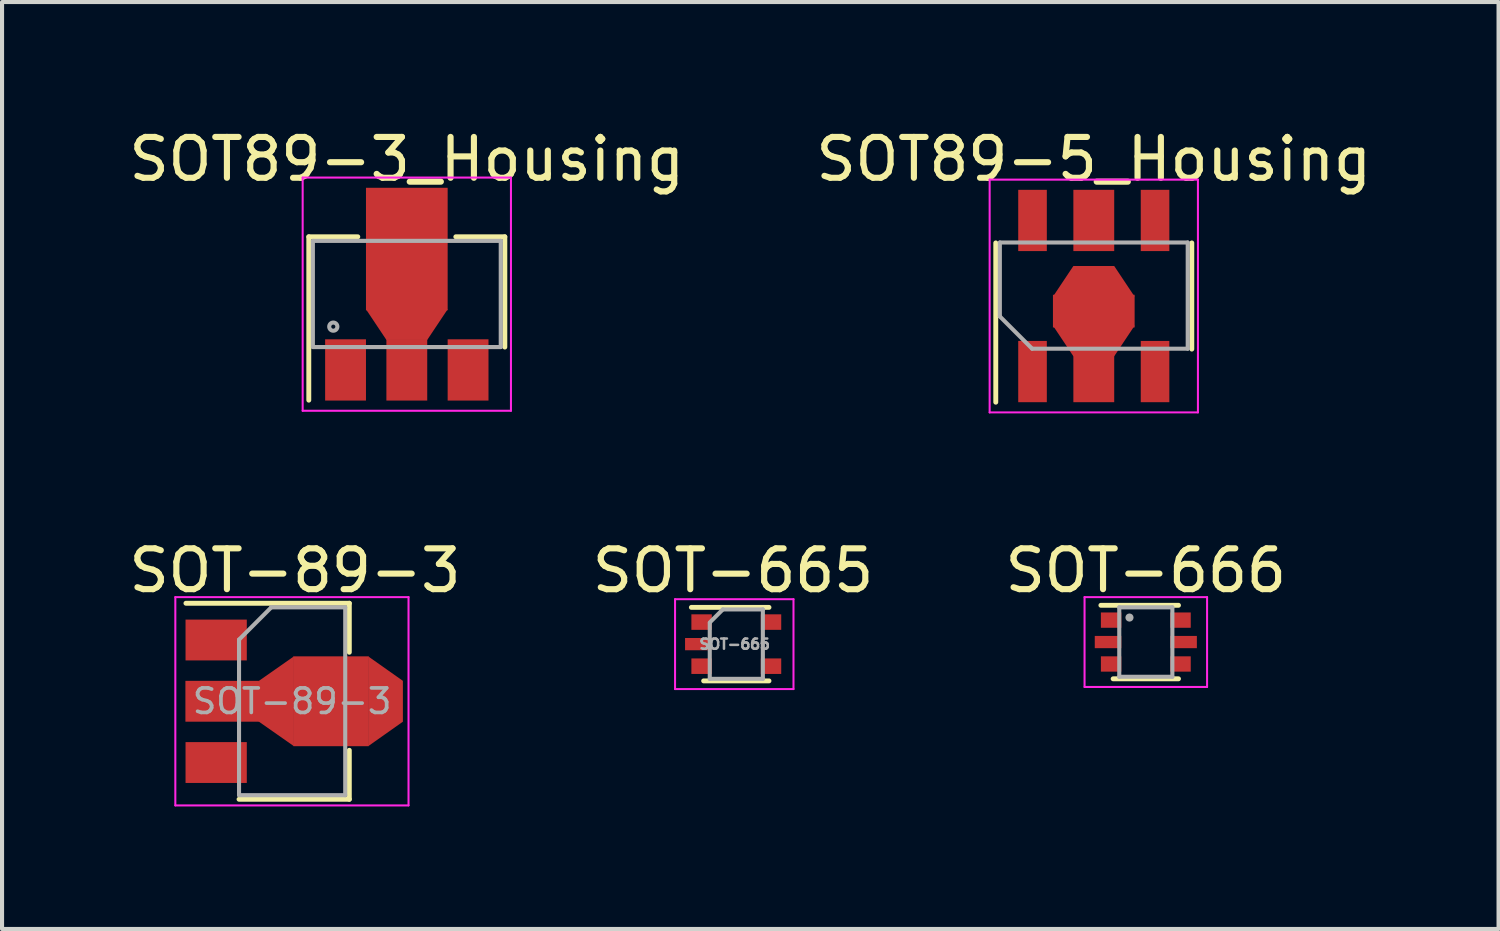
<source format=kicad_pcb>
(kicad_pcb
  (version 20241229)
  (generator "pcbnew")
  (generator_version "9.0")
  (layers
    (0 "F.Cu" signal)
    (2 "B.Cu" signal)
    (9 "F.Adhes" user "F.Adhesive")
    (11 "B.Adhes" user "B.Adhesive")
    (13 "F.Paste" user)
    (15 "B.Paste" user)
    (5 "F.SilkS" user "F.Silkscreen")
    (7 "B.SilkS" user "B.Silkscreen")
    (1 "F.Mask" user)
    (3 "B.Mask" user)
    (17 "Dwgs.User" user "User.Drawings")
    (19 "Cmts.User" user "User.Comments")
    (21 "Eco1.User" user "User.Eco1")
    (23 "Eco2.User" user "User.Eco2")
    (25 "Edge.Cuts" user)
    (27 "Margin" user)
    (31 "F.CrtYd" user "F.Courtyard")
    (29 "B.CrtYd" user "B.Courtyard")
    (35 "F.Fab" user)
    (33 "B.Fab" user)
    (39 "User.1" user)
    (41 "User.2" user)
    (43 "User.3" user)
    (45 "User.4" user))
  (footprint "SOT-665"
    (layer "F.Cu")
    (at 14.899 12.722)
    (property "Reference" "SOT-665" (at 0 -1.8 0) (layer "F.SilkS") (effects (font (size 1 1) (thickness 0.15))))
    (attr smd)
    (fp_line (start -0.72 0.9) (end 0.88 0.9) (stroke (width 0.12) (type solid)) (layer "F.SilkS"))
    (fp_line (start 0.88 -0.9) (end -1.02 -0.9) (stroke (width 0.12) (type solid)) (layer "F.SilkS"))
    (fp_line (start -1.42 -1.1) (end -1.42 1.1) (stroke (width 0.05) (type solid)) (layer "F.CrtYd"))
    (fp_line (start -1.42 -1.1) (end 1.48 -1.1) (stroke (width 0.05) (type solid)) (layer "F.CrtYd"))
    (fp_line (start -1.42 1.1) (end 1.48 1.1) (stroke (width 0.05) (type solid)) (layer "F.CrtYd"))
    (fp_line (start 1.48 1.1) (end 1.48 -1.1) (stroke (width 0.05) (type solid)) (layer "F.CrtYd"))
    (fp_line (start -0.57 -0.53) (end -0.25 -0.85) (stroke (width 0.1) (type solid)) (layer "F.Fab"))
    (fp_line (start -0.57 -0.51) (end -0.57 0.85) (stroke (width 0.1) (type solid)) (layer "F.Fab"))
    (fp_line (start 0.73 -0.85) (end -0.25 -0.85) (stroke (width 0.1) (type solid)) (layer "F.Fab"))
    (fp_line (start 0.73 -0.85) (end 0.73 0.85) (stroke (width 0.1) (type solid)) (layer "F.Fab"))
    (fp_line (start 0.73 0.85) (end -0.57 0.85) (stroke (width 0.1) (type solid)) (layer "F.Fab"))
    (fp_text user "${REFERENCE}" (at 0.04 0 0) (layer "F.Fab") (effects (font (size 0.25 0.25) (thickness 0.062))))
    (pad "1" smd rect (at -0.77 -0.54) (size 0.5 0.38) (layers "F.Cu" "F.Mask" "F.Paste"))
    (pad "2" smd rect (at -0.85 0) (size 0.65 0.3) (layers "F.Cu" "F.Mask" "F.Paste"))
    (pad "3" smd rect (at -0.77 0.54) (size 0.5 0.38) (layers "F.Cu" "F.Mask" "F.Paste"))
    (pad "4" smd rect (at 0.93 0.54) (size 0.5 0.38) (layers "F.Cu" "F.Mask" "F.Paste"))
    (pad "5" smd rect (at 0.93 -0.54) (size 0.5 0.38) (layers "F.Cu" "F.Mask" "F.Paste")))
  (footprint "SOT89-3_Housing"
    (layer "F.Cu")
    (at 6.911 4.528)
    (property "Reference" "SOT89-3_Housing" (at 0 -3.68 0) (layer "F.SilkS") (effects (font (size 1 1) (thickness 0.15))))
    (attr smd)
    (fp_line (start -2.4 -1.78) (end -1.2 -1.78) (stroke (width 0.12) (type solid)) (layer "F.SilkS"))
    (fp_line (start -2.4 2.22) (end -2.4 -1.78) (stroke (width 0.12) (type solid)) (layer "F.SilkS"))
    (fp_line (start 1.2 -1.78) (end 2.4 -1.78) (stroke (width 0.12) (type solid)) (layer "F.SilkS"))
    (fp_line (start 2.4 -1.78) (end 2.4 0.92) (stroke (width 0.12) (type solid)) (layer "F.SilkS"))
    (fp_line (start -2.55 -3.23) (end -2.55 2.48) (stroke (width 0.05) (type solid)) (layer "F.CrtYd"))
    (fp_line (start -2.55 -3.23) (end 2.55 -3.23) (stroke (width 0.05) (type solid)) (layer "F.CrtYd"))
    (fp_line (start 2.55 2.48) (end -2.55 2.48) (stroke (width 0.05) (type solid)) (layer "F.CrtYd"))
    (fp_line (start 2.55 2.48) (end 2.55 -3.23) (stroke (width 0.05) (type solid)) (layer "F.CrtYd"))
    (fp_line (start -2.3 -1.68) (end 2.3 -1.68) (stroke (width 0.1) (type solid)) (layer "F.Fab"))
    (fp_line (start -2.3 0.92) (end -2.3 -1.68) (stroke (width 0.1) (type solid)) (layer "F.Fab"))
    (fp_line (start 2.3 -1.68) (end 2.3 0.92) (stroke (width 0.1) (type solid)) (layer "F.Fab"))
    (fp_line (start 2.3 0.92) (end -2.3 0.92) (stroke (width 0.1) (type solid)) (layer "F.Fab"))
    (fp_circle (center -1.8 0.42) (end -1.8 0.52) (stroke (width 0.1) (type solid)) (fill no) (layer "F.Fab"))
    (pad "1" smd rect (at -1.5 1.48) (size 1 1.5) (layers "F.Cu" "F.Mask" "F.Paste"))
    (pad "2" smd rect (at 0 -1.48) (size 2 3) (layers "F.Cu" "F.Mask" "F.Paste"))
    (pad "2" smd trapezoid (at 0 0.37 180) (size 1.5 0.75) (rect_delta 0 0.5) (layers "F.Cu" "F.Mask" "F.Paste"))
    (pad "2" smd rect (at 0 1.48) (size 1 1.5) (layers "F.Cu" "F.Mask" "F.Paste"))
    (pad "3" smd rect (at 1.5 1.48) (size 1 1.5) (layers "F.Cu" "F.Mask" "F.Paste")))
  (footprint "SOT-89-3"
    (layer "F.Cu")
    (at 3.723 14.121)
    (property "Reference" "SOT-89-3" (at 0.45 -3.2 0) (layer "F.SilkS") (effects (font (size 1 1) (thickness 0.15))))
    (attr smd)
    (fp_line (start -2.22 -2.4) (end 1.78 -2.4) (stroke (width 0.12) (type solid)) (layer "F.SilkS"))
    (fp_line (start 1.78 -2.4) (end 1.78 -1.2) (stroke (width 0.12) (type solid)) (layer "F.SilkS"))
    (fp_line (start 1.78 1.2) (end 1.78 2.4) (stroke (width 0.12) (type solid)) (layer "F.SilkS"))
    (fp_line (start 1.78 2.4) (end -0.92 2.4) (stroke (width 0.12) (type solid)) (layer "F.SilkS"))
    (fp_line (start -2.48 2.55) (end -2.48 -2.55) (stroke (width 0.05) (type solid)) (layer "F.CrtYd"))
    (fp_line (start -2.48 2.55) (end 3.23 2.55) (stroke (width 0.05) (type solid)) (layer "F.CrtYd"))
    (fp_line (start 3.23 -2.55) (end -2.48 -2.55) (stroke (width 0.05) (type solid)) (layer "F.CrtYd"))
    (fp_line (start 3.23 -2.55) (end 3.23 2.55) (stroke (width 0.05) (type solid)) (layer "F.CrtYd"))
    (fp_line (start -0.92 -1.51) (end -0.13 -2.3) (stroke (width 0.1) (type solid)) (layer "F.Fab"))
    (fp_line (start -0.92 2.3) (end -0.92 -1.51) (stroke (width 0.1) (type solid)) (layer "F.Fab"))
    (fp_line (start -0.13 -2.3) (end 1.68 -2.3) (stroke (width 0.1) (type solid)) (layer "F.Fab"))
    (fp_line (start 1.68 -2.3) (end 1.68 2.3) (stroke (width 0.1) (type solid)) (layer "F.Fab"))
    (fp_line (start 1.68 2.3) (end -0.92 2.3) (stroke (width 0.1) (type solid)) (layer "F.Fab"))
    (fp_text user "${REFERENCE}" (at 0.38 0 0) (layer "F.Fab") (effects (font (size 0.6 0.6) (thickness 0.09))))
    (pad "1" smd rect (at -1.48 -1.5 270) (size 1 1.5) (layers "F.Cu" "F.Mask" "F.Paste"))
    (pad "2" smd rect (at -1.333 0 270) (size 1 1.8) (layers "F.Cu" "F.Mask" "F.Paste"))
    (pad "2" smd trapezoid (at -0.076 0 90) (size 1.5 1) (rect_delta 0 0.7) (layers "F.Cu" "F.Mask" "F.Paste"))
    (pad "2" smd rect (at 1.333 0 270) (size 2.2 1.84) (layers "F.Cu" "F.Mask" "F.Paste"))
    (pad "2" smd trapezoid (at 2.667 0 270) (size 1.6 0.85) (rect_delta 0 0.6) (layers "F.Cu" "F.Mask" "F.Paste"))
    (pad "3" smd rect (at -1.48 1.5 270) (size 1 1.5) (layers "F.Cu" "F.Mask" "F.Paste")))
  (footprint "SOT89-5_Housing"
    (layer "F.Cu")
    (at 23.732 4.198)
    (property "Reference" "SOT89-5_Housing" (at 0 -3.35 0) (layer "F.SilkS") (effects (font (size 1 1) (thickness 0.15))))
    (attr smd)
    (fp_line (start -2.4 2.6) (end -2.4 -1.3) (stroke (width 0.12) (type solid)) (layer "F.SilkS"))
    (fp_line (start 2.4 -1.3) (end 2.4 1.3) (stroke (width 0.12) (type solid)) (layer "F.SilkS"))
    (fp_line (start -2.55 -2.85) (end -2.55 2.85) (stroke (width 0.05) (type solid)) (layer "F.CrtYd"))
    (fp_line (start -2.55 -2.85) (end 2.55 -2.85) (stroke (width 0.05) (type solid)) (layer "F.CrtYd"))
    (fp_line (start 2.55 2.85) (end -2.55 2.85) (stroke (width 0.05) (type solid)) (layer "F.CrtYd"))
    (fp_line (start 2.55 2.85) (end 2.55 -2.85) (stroke (width 0.05) (type solid)) (layer "F.CrtYd"))
    (fp_line (start -2.3 -1.31) (end 2.3 -1.31) (stroke (width 0.1) (type solid)) (layer "F.Fab"))
    (fp_line (start -2.3 0.5) (end -2.3 -1.31) (stroke (width 0.1) (type solid)) (layer "F.Fab"))
    (fp_line (start -1.51 1.29) (end -2.3 0.5) (stroke (width 0.1) (type solid)) (layer "F.Fab"))
    (fp_line (start 2.3 -1.31) (end 2.3 1.29) (stroke (width 0.1) (type solid)) (layer "F.Fab"))
    (fp_line (start 2.3 1.29) (end -1.51 1.29) (stroke (width 0.1) (type solid)) (layer "F.Fab"))
    (pad "1" smd rect (at -1.5 1.85) (size 0.7 1.5) (layers "F.Cu" "F.Mask" "F.Paste"))
    (pad "2" smd rect (at 0 -1.85) (size 1 1.5) (layers "F.Cu" "F.Mask" "F.Paste"))
    (pad "2" smd trapezoid (at 0 -0.36) (size 1.5 0.75) (rect_delta 0 0.5) (layers "F.Cu" "F.Mask" "F.Paste"))
    (pad "2" smd rect (at 0 0.37) (size 2 0.8) (layers "F.Cu" "F.Mask" "F.Paste"))
    (pad "2" smd trapezoid (at 0 1.1 180) (size 1.5 0.75) (rect_delta 0 0.5) (layers "F.Cu" "F.Mask" "F.Paste"))
    (pad "2" smd rect (at 0 1.85) (size 1 1.5) (layers "F.Cu" "F.Mask" "F.Paste"))
    (pad "3" smd rect (at 1.5 1.85) (size 0.7 1.5) (layers "F.Cu" "F.Mask" "F.Paste"))
    (pad "4" smd rect (at 1.5 -1.85) (size 0.7 1.5) (layers "F.Cu" "F.Mask" "F.Paste"))
    (pad "5" smd rect (at -1.5 -1.85) (size 0.7 1.5) (layers "F.Cu" "F.Mask" "F.Paste")))
  (footprint "SOT-666"
    (layer "F.Cu")
    (at 25.006 12.671)
    (property "Reference" "SOT-666" (at 0 -1.75 0) (layer "F.SilkS") (effects (font (size 1 1) (thickness 0.15))))
    (attr smd)
    (fp_line (start -0.8 0.9) (end 0.8 0.9) (stroke (width 0.12) (type solid)) (layer "F.SilkS"))
    (fp_line (start 0.8 -0.9) (end -1.1 -0.9) (stroke (width 0.12) (type solid)) (layer "F.SilkS"))
    (fp_line (start -1.5 -1.1) (end -1.5 1.1) (stroke (width 0.05) (type solid)) (layer "F.CrtYd"))
    (fp_line (start -1.5 -1.1) (end 1.5 -1.1) (stroke (width 0.05) (type solid)) (layer "F.CrtYd"))
    (fp_line (start -1.5 1.1) (end 1.5 1.1) (stroke (width 0.05) (type solid)) (layer "F.CrtYd"))
    (fp_line (start 1.5 1.1) (end 1.5 -1.1) (stroke (width 0.05) (type solid)) (layer "F.CrtYd"))
    (fp_line (start -0.65 -0.85) (end -0.65 0.85) (stroke (width 0.1) (type solid)) (layer "F.Fab"))
    (fp_line (start 0.65 -0.85) (end -0.65 -0.85) (stroke (width 0.1) (type solid)) (layer "F.Fab"))
    (fp_line (start 0.65 -0.85) (end 0.65 0.85) (stroke (width 0.1) (type solid)) (layer "F.Fab"))
    (fp_line (start 0.65 0.85) (end -0.65 0.85) (stroke (width 0.1) (type solid)) (layer "F.Fab"))
    (fp_circle (center -0.4 -0.6) (end -0.35 -0.6) (stroke (width 0.1) (type solid)) (fill no) (layer "F.Fab"))
    (pad "1" smd rect (at -0.85 -0.537) (size 0.5 0.375) (layers "F.Cu" "F.Mask" "F.Paste"))
    (pad "2" smd rect (at -0.925 0) (size 0.65 0.3) (layers "F.Cu" "F.Mask" "F.Paste"))
    (pad "3" smd rect (at -0.85 0.537) (size 0.5 0.375) (layers "F.Cu" "F.Mask" "F.Paste"))
    (pad "4" smd rect (at 0.85 0.537) (size 0.5 0.375) (layers "F.Cu" "F.Mask" "F.Paste"))
    (pad "5" smd rect (at 0.925 0) (size 0.65 0.3) (layers "F.Cu" "F.Mask" "F.Paste"))
    (pad "6" smd rect (at 0.85 -0.537) (size 0.5 0.375) (layers "F.Cu" "F.Mask" "F.Paste")))
  (gr_rect
    (start -3 -3)
    (end 33.643 19.697)
    (stroke (width 0.1) (type default))
    (fill no)
    (layer "Edge.Cuts")))
</source>
